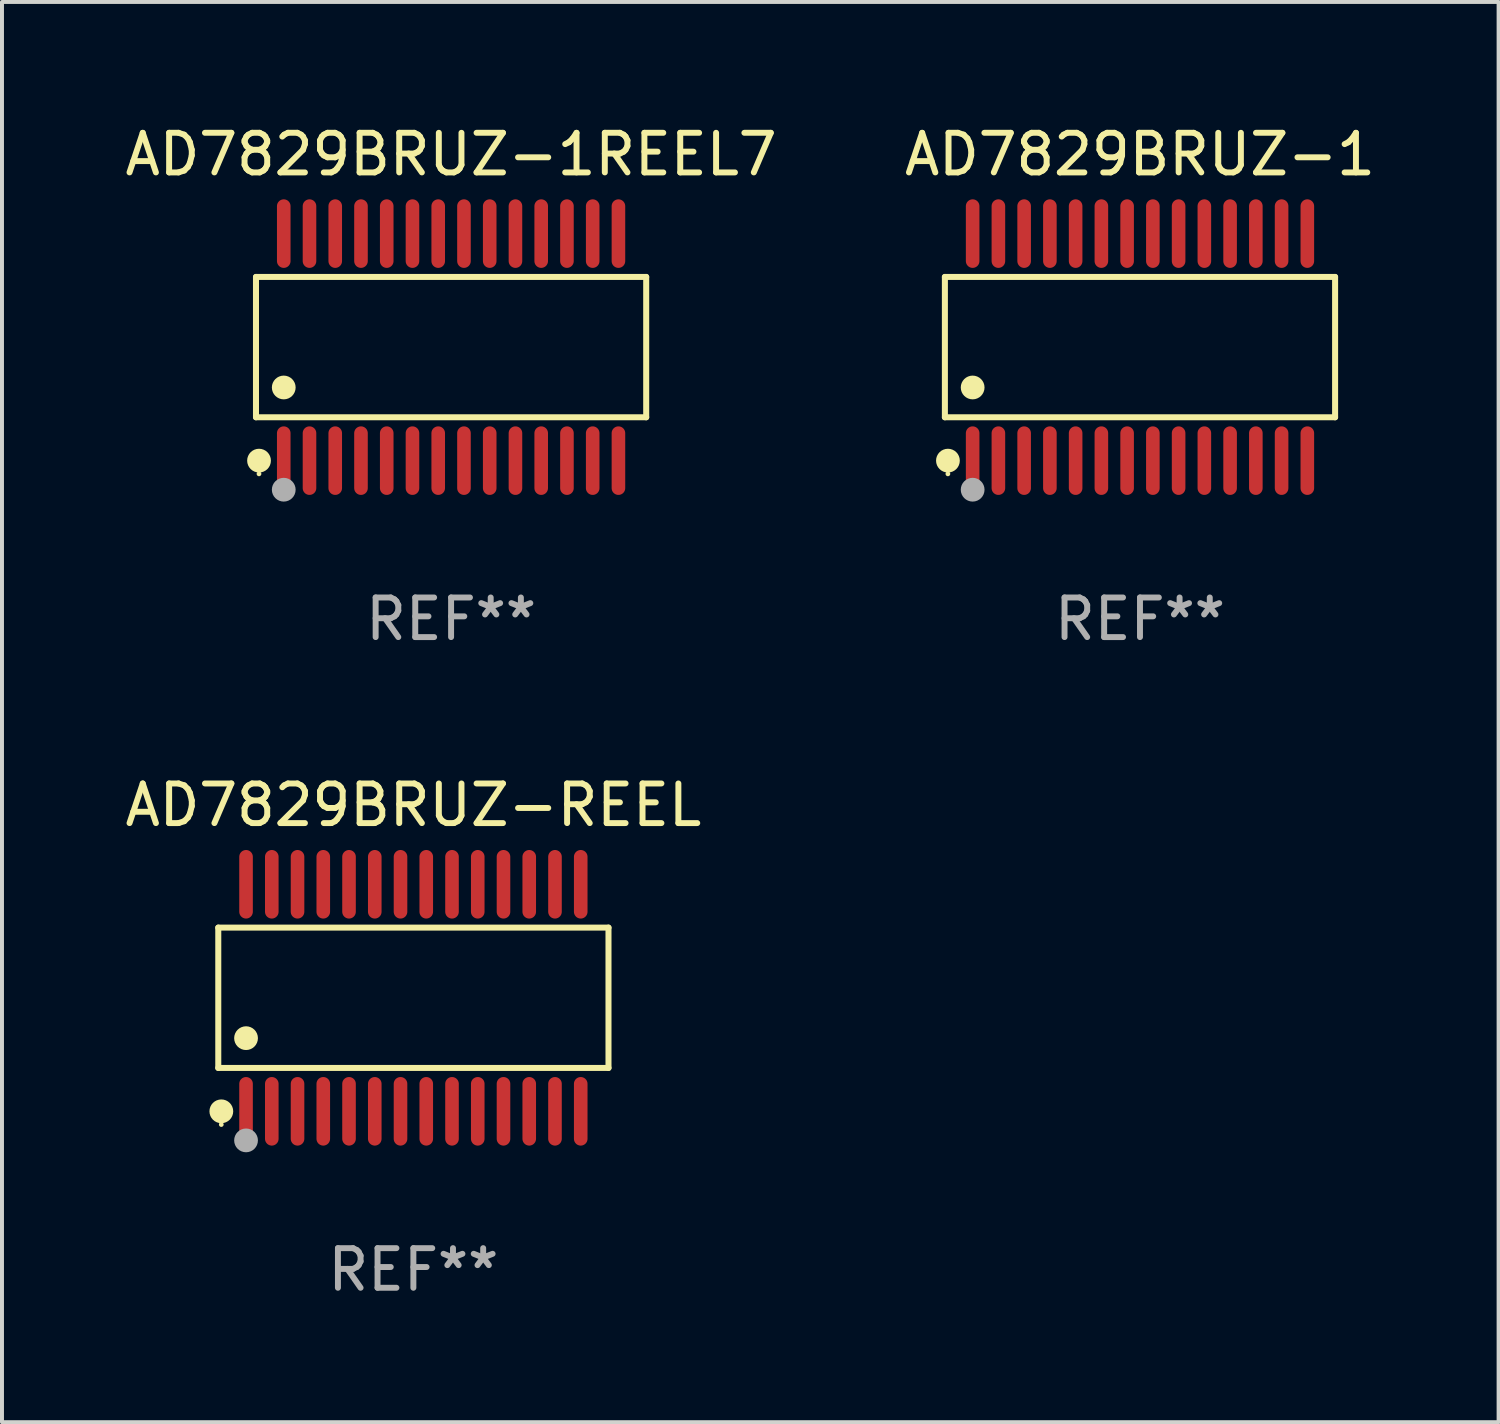
<source format=kicad_pcb>
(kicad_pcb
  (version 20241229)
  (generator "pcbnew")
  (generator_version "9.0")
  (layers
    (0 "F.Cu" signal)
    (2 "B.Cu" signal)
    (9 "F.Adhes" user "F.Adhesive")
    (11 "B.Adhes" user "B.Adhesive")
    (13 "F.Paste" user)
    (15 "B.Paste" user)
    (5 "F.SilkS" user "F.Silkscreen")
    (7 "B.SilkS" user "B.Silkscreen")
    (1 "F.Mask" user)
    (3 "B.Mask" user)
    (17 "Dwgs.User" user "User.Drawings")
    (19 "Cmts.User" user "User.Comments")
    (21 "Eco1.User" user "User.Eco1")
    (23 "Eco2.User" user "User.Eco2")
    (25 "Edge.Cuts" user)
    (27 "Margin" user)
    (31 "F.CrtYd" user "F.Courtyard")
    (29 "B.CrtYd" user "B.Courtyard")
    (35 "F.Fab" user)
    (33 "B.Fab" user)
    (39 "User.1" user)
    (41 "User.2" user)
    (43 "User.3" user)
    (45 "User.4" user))
  (footprint "AD7829BRUZ-REEL"
    (layer "F.Cu")
    (at 7.387 22.142)
    (property "Reference" "AD7829BRUZ-REEL" (at 0 -4.866 0) (layer "F.SilkS") (effects (font (size 1 1) (thickness 0.15))))
    (attr through_hole)
    (fp_line (start -4.926 -1.772) (end 4.926 -1.772) (stroke (width 0.152) (type solid)) (layer "F.SilkS"))
    (fp_line (start -4.926 1.771) (end -4.926 -1.772) (stroke (width 0.152) (type solid)) (layer "F.SilkS"))
    (fp_line (start 4.926 -1.772) (end 4.926 1.771) (stroke (width 0.152) (type solid)) (layer "F.SilkS"))
    (fp_line (start 4.926 1.771) (end -4.926 1.771) (stroke (width 0.152) (type solid)) (layer "F.SilkS"))
    (fp_circle (center -4.85 3.2) (end -4.82 3.2) (stroke (width 0.06) (type solid)) (fill no) (layer "F.SilkS"))
    (fp_circle (center -4.849 2.866) (end -4.699 2.866) (stroke (width 0.3) (type solid)) (fill no) (layer "F.SilkS"))
    (fp_circle (center -4.225 1.019) (end -4.075 1.019) (stroke (width 0.3) (type solid)) (fill no) (layer "F.SilkS"))
    (fp_circle (center -4.225 3.6) (end -4.075 3.6) (stroke (width 0.3) (type solid)) (fill no) (layer "F.Fab"))
    (fp_text user "REF**" (at 0 6.866 0) (layer "F.Fab") (effects (font (size 1 1) (thickness 0.15))))
    (pad "1" smd oval (at -4.225 2.866) (size 0.343 1.731) (layers "F.Cu" "F.Mask" "F.Paste"))
    (pad "2" smd oval (at -3.575 2.866) (size 0.343 1.731) (layers "F.Cu" "F.Mask" "F.Paste"))
    (pad "3" smd oval (at -2.925 2.866) (size 0.343 1.731) (layers "F.Cu" "F.Mask" "F.Paste"))
    (pad "4" smd oval (at -2.275 2.866) (size 0.343 1.731) (layers "F.Cu" "F.Mask" "F.Paste"))
    (pad "5" smd oval (at -1.625 2.866) (size 0.343 1.731) (layers "F.Cu" "F.Mask" "F.Paste"))
    (pad "6" smd oval (at -0.975 2.866) (size 0.343 1.731) (layers "F.Cu" "F.Mask" "F.Paste"))
    (pad "7" smd oval (at -0.325 2.866) (size 0.343 1.731) (layers "F.Cu" "F.Mask" "F.Paste"))
    (pad "8" smd oval (at 0.325 2.866) (size 0.343 1.731) (layers "F.Cu" "F.Mask" "F.Paste"))
    (pad "9" smd oval (at 0.975 2.866) (size 0.343 1.731) (layers "F.Cu" "F.Mask" "F.Paste"))
    (pad "10" smd oval (at 1.625 2.866) (size 0.343 1.731) (layers "F.Cu" "F.Mask" "F.Paste"))
    (pad "11" smd oval (at 2.275 2.866) (size 0.343 1.731) (layers "F.Cu" "F.Mask" "F.Paste"))
    (pad "12" smd oval (at 2.925 2.866) (size 0.343 1.731) (layers "F.Cu" "F.Mask" "F.Paste"))
    (pad "13" smd oval (at 3.575 2.866) (size 0.343 1.731) (layers "F.Cu" "F.Mask" "F.Paste"))
    (pad "14" smd oval (at 4.225 2.866) (size 0.343 1.731) (layers "F.Cu" "F.Mask" "F.Paste"))
    (pad "15" smd oval (at 4.225 -2.866) (size 0.343 1.731) (layers "F.Cu" "F.Mask" "F.Paste"))
    (pad "16" smd oval (at 3.575 -2.866) (size 0.343 1.731) (layers "F.Cu" "F.Mask" "F.Paste"))
    (pad "17" smd oval (at 2.925 -2.866) (size 0.343 1.731) (layers "F.Cu" "F.Mask" "F.Paste"))
    (pad "18" smd oval (at 2.275 -2.866) (size 0.343 1.731) (layers "F.Cu" "F.Mask" "F.Paste"))
    (pad "19" smd oval (at 1.625 -2.866) (size 0.343 1.731) (layers "F.Cu" "F.Mask" "F.Paste"))
    (pad "20" smd oval (at 0.975 -2.866) (size 0.343 1.731) (layers "F.Cu" "F.Mask" "F.Paste"))
    (pad "21" smd oval (at 0.325 -2.866) (size 0.343 1.731) (layers "F.Cu" "F.Mask" "F.Paste"))
    (pad "22" smd oval (at -0.325 -2.866) (size 0.343 1.731) (layers "F.Cu" "F.Mask" "F.Paste"))
    (pad "23" smd oval (at -0.975 -2.866) (size 0.343 1.731) (layers "F.Cu" "F.Mask" "F.Paste"))
    (pad "24" smd oval (at -1.625 -2.866) (size 0.343 1.731) (layers "F.Cu" "F.Mask" "F.Paste"))
    (pad "25" smd oval (at -2.275 -2.866) (size 0.343 1.731) (layers "F.Cu" "F.Mask" "F.Paste"))
    (pad "26" smd oval (at -2.925 -2.866) (size 0.343 1.731) (layers "F.Cu" "F.Mask" "F.Paste"))
    (pad "27" smd oval (at -3.575 -2.866) (size 0.343 1.731) (layers "F.Cu" "F.Mask" "F.Paste"))
    (pad "28" smd oval (at -4.225 -2.866) (size 0.343 1.731) (layers "F.Cu" "F.Mask" "F.Paste")))
  (footprint "AD7829BRUZ-1REEL7"
    (layer "F.Cu")
    (at 8.339 5.714)
    (property "Reference" "AD7829BRUZ-1REEL7" (at 0 -4.866 0) (layer "F.SilkS") (effects (font (size 1 1) (thickness 0.15))))
    (attr through_hole)
    (fp_line (start -4.926 -1.772) (end 4.926 -1.772) (stroke (width 0.152) (type solid)) (layer "F.SilkS"))
    (fp_line (start -4.926 1.771) (end -4.926 -1.772) (stroke (width 0.152) (type solid)) (layer "F.SilkS"))
    (fp_line (start 4.926 -1.772) (end 4.926 1.771) (stroke (width 0.152) (type solid)) (layer "F.SilkS"))
    (fp_line (start 4.926 1.771) (end -4.926 1.771) (stroke (width 0.152) (type solid)) (layer "F.SilkS"))
    (fp_circle (center -4.85 3.2) (end -4.82 3.2) (stroke (width 0.06) (type solid)) (fill no) (layer "F.SilkS"))
    (fp_circle (center -4.849 2.866) (end -4.699 2.866) (stroke (width 0.3) (type solid)) (fill no) (layer "F.SilkS"))
    (fp_circle (center -4.225 1.019) (end -4.075 1.019) (stroke (width 0.3) (type solid)) (fill no) (layer "F.SilkS"))
    (fp_circle (center -4.225 3.6) (end -4.075 3.6) (stroke (width 0.3) (type solid)) (fill no) (layer "F.Fab"))
    (fp_text user "REF**" (at 0 6.866 0) (layer "F.Fab") (effects (font (size 1 1) (thickness 0.15))))
    (pad "1" smd oval (at -4.225 2.866) (size 0.343 1.731) (layers "F.Cu" "F.Mask" "F.Paste"))
    (pad "2" smd oval (at -3.575 2.866) (size 0.343 1.731) (layers "F.Cu" "F.Mask" "F.Paste"))
    (pad "3" smd oval (at -2.925 2.866) (size 0.343 1.731) (layers "F.Cu" "F.Mask" "F.Paste"))
    (pad "4" smd oval (at -2.275 2.866) (size 0.343 1.731) (layers "F.Cu" "F.Mask" "F.Paste"))
    (pad "5" smd oval (at -1.625 2.866) (size 0.343 1.731) (layers "F.Cu" "F.Mask" "F.Paste"))
    (pad "6" smd oval (at -0.975 2.866) (size 0.343 1.731) (layers "F.Cu" "F.Mask" "F.Paste"))
    (pad "7" smd oval (at -0.325 2.866) (size 0.343 1.731) (layers "F.Cu" "F.Mask" "F.Paste"))
    (pad "8" smd oval (at 0.325 2.866) (size 0.343 1.731) (layers "F.Cu" "F.Mask" "F.Paste"))
    (pad "9" smd oval (at 0.975 2.866) (size 0.343 1.731) (layers "F.Cu" "F.Mask" "F.Paste"))
    (pad "10" smd oval (at 1.625 2.866) (size 0.343 1.731) (layers "F.Cu" "F.Mask" "F.Paste"))
    (pad "11" smd oval (at 2.275 2.866) (size 0.343 1.731) (layers "F.Cu" "F.Mask" "F.Paste"))
    (pad "12" smd oval (at 2.925 2.866) (size 0.343 1.731) (layers "F.Cu" "F.Mask" "F.Paste"))
    (pad "13" smd oval (at 3.575 2.866) (size 0.343 1.731) (layers "F.Cu" "F.Mask" "F.Paste"))
    (pad "14" smd oval (at 4.225 2.866) (size 0.343 1.731) (layers "F.Cu" "F.Mask" "F.Paste"))
    (pad "15" smd oval (at 4.225 -2.866) (size 0.343 1.731) (layers "F.Cu" "F.Mask" "F.Paste"))
    (pad "16" smd oval (at 3.575 -2.866) (size 0.343 1.731) (layers "F.Cu" "F.Mask" "F.Paste"))
    (pad "17" smd oval (at 2.925 -2.866) (size 0.343 1.731) (layers "F.Cu" "F.Mask" "F.Paste"))
    (pad "18" smd oval (at 2.275 -2.866) (size 0.343 1.731) (layers "F.Cu" "F.Mask" "F.Paste"))
    (pad "19" smd oval (at 1.625 -2.866) (size 0.343 1.731) (layers "F.Cu" "F.Mask" "F.Paste"))
    (pad "20" smd oval (at 0.975 -2.866) (size 0.343 1.731) (layers "F.Cu" "F.Mask" "F.Paste"))
    (pad "21" smd oval (at 0.325 -2.866) (size 0.343 1.731) (layers "F.Cu" "F.Mask" "F.Paste"))
    (pad "22" smd oval (at -0.325 -2.866) (size 0.343 1.731) (layers "F.Cu" "F.Mask" "F.Paste"))
    (pad "23" smd oval (at -0.975 -2.866) (size 0.343 1.731) (layers "F.Cu" "F.Mask" "F.Paste"))
    (pad "24" smd oval (at -1.625 -2.866) (size 0.343 1.731) (layers "F.Cu" "F.Mask" "F.Paste"))
    (pad "25" smd oval (at -2.275 -2.866) (size 0.343 1.731) (layers "F.Cu" "F.Mask" "F.Paste"))
    (pad "26" smd oval (at -2.925 -2.866) (size 0.343 1.731) (layers "F.Cu" "F.Mask" "F.Paste"))
    (pad "27" smd oval (at -3.575 -2.866) (size 0.343 1.731) (layers "F.Cu" "F.Mask" "F.Paste"))
    (pad "28" smd oval (at -4.225 -2.866) (size 0.343 1.731) (layers "F.Cu" "F.Mask" "F.Paste")))
  (footprint "AD7829BRUZ-1"
    (layer "F.Cu")
    (at 25.732 5.714)
    (property "Reference" "AD7829BRUZ-1" (at 0 -4.866 0) (layer "F.SilkS") (effects (font (size 1 1) (thickness 0.15))))
    (attr through_hole)
    (fp_line (start -4.926 -1.772) (end 4.926 -1.772) (stroke (width 0.152) (type solid)) (layer "F.SilkS"))
    (fp_line (start -4.926 1.771) (end -4.926 -1.772) (stroke (width 0.152) (type solid)) (layer "F.SilkS"))
    (fp_line (start 4.926 -1.772) (end 4.926 1.771) (stroke (width 0.152) (type solid)) (layer "F.SilkS"))
    (fp_line (start 4.926 1.771) (end -4.926 1.771) (stroke (width 0.152) (type solid)) (layer "F.SilkS"))
    (fp_circle (center -4.85 3.2) (end -4.82 3.2) (stroke (width 0.06) (type solid)) (fill no) (layer "F.SilkS"))
    (fp_circle (center -4.849 2.866) (end -4.699 2.866) (stroke (width 0.3) (type solid)) (fill no) (layer "F.SilkS"))
    (fp_circle (center -4.225 1.019) (end -4.075 1.019) (stroke (width 0.3) (type solid)) (fill no) (layer "F.SilkS"))
    (fp_circle (center -4.225 3.6) (end -4.075 3.6) (stroke (width 0.3) (type solid)) (fill no) (layer "F.Fab"))
    (fp_text user "REF**" (at 0 6.866 0) (layer "F.Fab") (effects (font (size 1 1) (thickness 0.15))))
    (pad "1" smd oval (at -4.225 2.866) (size 0.343 1.731) (layers "F.Cu" "F.Mask" "F.Paste"))
    (pad "2" smd oval (at -3.575 2.866) (size 0.343 1.731) (layers "F.Cu" "F.Mask" "F.Paste"))
    (pad "3" smd oval (at -2.925 2.866) (size 0.343 1.731) (layers "F.Cu" "F.Mask" "F.Paste"))
    (pad "4" smd oval (at -2.275 2.866) (size 0.343 1.731) (layers "F.Cu" "F.Mask" "F.Paste"))
    (pad "5" smd oval (at -1.625 2.866) (size 0.343 1.731) (layers "F.Cu" "F.Mask" "F.Paste"))
    (pad "6" smd oval (at -0.975 2.866) (size 0.343 1.731) (layers "F.Cu" "F.Mask" "F.Paste"))
    (pad "7" smd oval (at -0.325 2.866) (size 0.343 1.731) (layers "F.Cu" "F.Mask" "F.Paste"))
    (pad "8" smd oval (at 0.325 2.866) (size 0.343 1.731) (layers "F.Cu" "F.Mask" "F.Paste"))
    (pad "9" smd oval (at 0.975 2.866) (size 0.343 1.731) (layers "F.Cu" "F.Mask" "F.Paste"))
    (pad "10" smd oval (at 1.625 2.866) (size 0.343 1.731) (layers "F.Cu" "F.Mask" "F.Paste"))
    (pad "11" smd oval (at 2.275 2.866) (size 0.343 1.731) (layers "F.Cu" "F.Mask" "F.Paste"))
    (pad "12" smd oval (at 2.925 2.866) (size 0.343 1.731) (layers "F.Cu" "F.Mask" "F.Paste"))
    (pad "13" smd oval (at 3.575 2.866) (size 0.343 1.731) (layers "F.Cu" "F.Mask" "F.Paste"))
    (pad "14" smd oval (at 4.225 2.866) (size 0.343 1.731) (layers "F.Cu" "F.Mask" "F.Paste"))
    (pad "15" smd oval (at 4.225 -2.866) (size 0.343 1.731) (layers "F.Cu" "F.Mask" "F.Paste"))
    (pad "16" smd oval (at 3.575 -2.866) (size 0.343 1.731) (layers "F.Cu" "F.Mask" "F.Paste"))
    (pad "17" smd oval (at 2.925 -2.866) (size 0.343 1.731) (layers "F.Cu" "F.Mask" "F.Paste"))
    (pad "18" smd oval (at 2.275 -2.866) (size 0.343 1.731) (layers "F.Cu" "F.Mask" "F.Paste"))
    (pad "19" smd oval (at 1.625 -2.866) (size 0.343 1.731) (layers "F.Cu" "F.Mask" "F.Paste"))
    (pad "20" smd oval (at 0.975 -2.866) (size 0.343 1.731) (layers "F.Cu" "F.Mask" "F.Paste"))
    (pad "21" smd oval (at 0.325 -2.866) (size 0.343 1.731) (layers "F.Cu" "F.Mask" "F.Paste"))
    (pad "22" smd oval (at -0.325 -2.866) (size 0.343 1.731) (layers "F.Cu" "F.Mask" "F.Paste"))
    (pad "23" smd oval (at -0.975 -2.866) (size 0.343 1.731) (layers "F.Cu" "F.Mask" "F.Paste"))
    (pad "24" smd oval (at -1.625 -2.866) (size 0.343 1.731) (layers "F.Cu" "F.Mask" "F.Paste"))
    (pad "25" smd oval (at -2.275 -2.866) (size 0.343 1.731) (layers "F.Cu" "F.Mask" "F.Paste"))
    (pad "26" smd oval (at -2.925 -2.866) (size 0.343 1.731) (layers "F.Cu" "F.Mask" "F.Paste"))
    (pad "27" smd oval (at -3.575 -2.866) (size 0.343 1.731) (layers "F.Cu" "F.Mask" "F.Paste"))
    (pad "28" smd oval (at -4.225 -2.866) (size 0.343 1.731) (layers "F.Cu" "F.Mask" "F.Paste")))
  (gr_rect
    (start -3 -3)
    (end 34.786 32.856)
    (stroke (width 0.1) (type default))
    (fill no)
    (layer "Edge.Cuts")))
</source>
